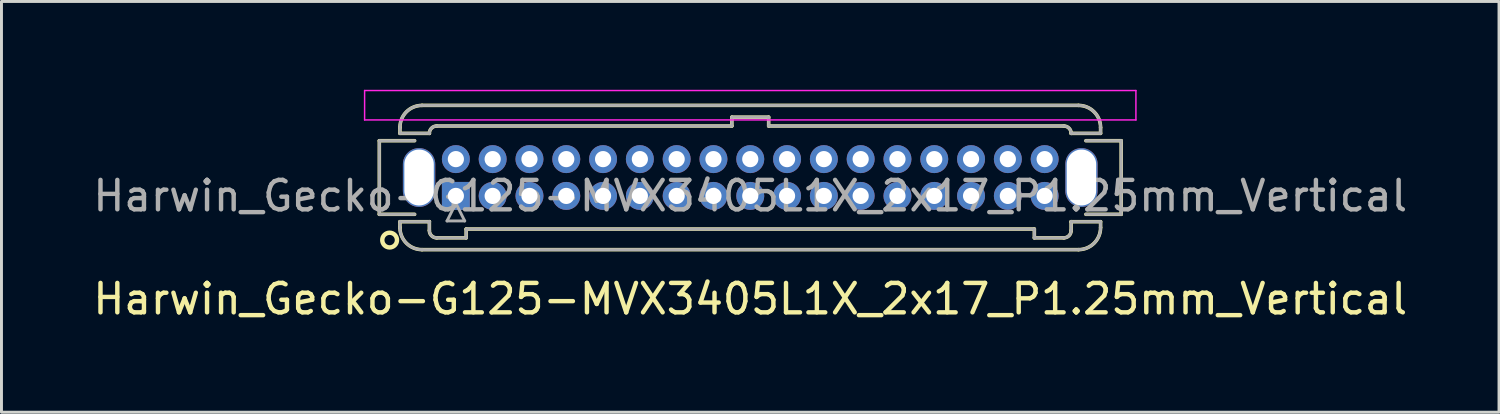
<source format=kicad_pcb>
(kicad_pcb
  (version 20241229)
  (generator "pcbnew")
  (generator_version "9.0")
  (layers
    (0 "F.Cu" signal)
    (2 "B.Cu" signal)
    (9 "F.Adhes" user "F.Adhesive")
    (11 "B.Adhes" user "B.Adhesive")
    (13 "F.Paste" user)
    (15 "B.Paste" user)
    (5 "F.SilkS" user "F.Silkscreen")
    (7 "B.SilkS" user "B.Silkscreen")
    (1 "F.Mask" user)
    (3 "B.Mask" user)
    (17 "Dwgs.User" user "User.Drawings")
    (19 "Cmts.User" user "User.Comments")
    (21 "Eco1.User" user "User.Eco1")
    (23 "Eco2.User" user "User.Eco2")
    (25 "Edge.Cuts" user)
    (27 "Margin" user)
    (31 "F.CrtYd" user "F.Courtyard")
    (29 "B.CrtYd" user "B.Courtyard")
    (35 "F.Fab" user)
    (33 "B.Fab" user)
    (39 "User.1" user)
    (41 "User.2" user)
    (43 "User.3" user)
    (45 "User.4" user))
  (footprint "Harwin_Gecko-G125-MVX3405L1X_2x17_P1.25mm_Vertical"
    (layer "F.Cu")
    (at 12.435 3.605)
    (property "Reference" "Harwin_Gecko-G125-MVX3405L1X_2x17_P1.25mm_Vertical" (at 10 3.5 0) (layer "F.SilkS") (effects (font (size 1 1) (thickness 0.15))))
    (attr through_hole)
    (fp_line (start -2.6 -1.875) (end -2.6 0.625) (stroke (width 0.12) (type solid)) (layer "F.SilkS"))
    (fp_line (start -2.6 0.625) (end -1.4 0.625) (stroke (width 0.12) (type solid)) (layer "F.SilkS"))
    (fp_line (start -1.9 -2.325) (end -1.9 -2.125) (stroke (width 0.12) (type solid)) (layer "F.SilkS"))
    (fp_line (start -1.9 -2.125) (end -0.9 -2.125) (stroke (width 0.12) (type solid)) (layer "F.SilkS"))
    (fp_line (start -1.9 0.875) (end -0.9 0.875) (stroke (width 0.12) (type solid)) (layer "F.SilkS"))
    (fp_line (start -1.9 1.075) (end -1.9 0.875) (stroke (width 0.12) (type solid)) (layer "F.SilkS"))
    (fp_line (start -1.4 -1.875) (end -2.6 -1.875) (stroke (width 0.12) (type solid)) (layer "F.SilkS"))
    (fp_line (start -1.15 -3.075) (end 21.15 -3.075) (stroke (width 0.12) (type solid)) (layer "F.SilkS"))
    (fp_line (start -1.15 1.825) (end 21.15 1.825) (stroke (width 0.12) (type solid)) (layer "F.SilkS"))
    (fp_line (start -0.9 -2.125) (end -0.9 -2.125) (stroke (width 0.12) (type solid)) (layer "F.SilkS"))
    (fp_line (start -0.9 0.875) (end -0.9 0.875) (stroke (width 0.12) (type solid)) (layer "F.SilkS"))
    (fp_line (start -0.9 1.175) (end -0.9 0.875) (stroke (width 0.12) (type solid)) (layer "F.SilkS"))
    (fp_line (start -0.65 -2.375) (end 9.375 -2.375) (stroke (width 0.12) (type solid)) (layer "F.SilkS"))
    (fp_line (start -0.65 1.425) (end 0.35 1.425) (stroke (width 0.12) (type solid)) (layer "F.SilkS"))
    (fp_line (start 0.35 1.125) (end 19.65 1.125) (stroke (width 0.12) (type solid)) (layer "F.SilkS"))
    (fp_line (start 0.35 1.425) (end 0.35 1.125) (stroke (width 0.12) (type solid)) (layer "F.SilkS"))
    (fp_line (start 9.375 -2.675) (end 10.625 -2.675) (stroke (width 0.12) (type solid)) (layer "F.SilkS"))
    (fp_line (start 9.375 -2.375) (end 9.375 -2.675) (stroke (width 0.12) (type solid)) (layer "F.SilkS"))
    (fp_line (start 10.625 -2.675) (end 10.625 -2.375) (stroke (width 0.12) (type solid)) (layer "F.SilkS"))
    (fp_line (start 10.625 -2.375) (end 20.65 -2.375) (stroke (width 0.12) (type solid)) (layer "F.SilkS"))
    (fp_line (start 19.65 1.125) (end 19.65 1.425) (stroke (width 0.12) (type solid)) (layer "F.SilkS"))
    (fp_line (start 19.65 1.425) (end 20.65 1.425) (stroke (width 0.12) (type solid)) (layer "F.SilkS"))
    (fp_line (start 20.9 -2.125) (end 20.9 -2.125) (stroke (width 0.12) (type solid)) (layer "F.SilkS"))
    (fp_line (start 20.9 0.875) (end 20.9 0.875) (stroke (width 0.12) (type solid)) (layer "F.SilkS"))
    (fp_line (start 20.9 1.175) (end 20.9 0.875) (stroke (width 0.12) (type solid)) (layer "F.SilkS"))
    (fp_line (start 21.4 -1.875) (end 22.6 -1.875) (stroke (width 0.12) (type solid)) (layer "F.SilkS"))
    (fp_line (start 21.9 -2.325) (end 21.9 -2.125) (stroke (width 0.12) (type solid)) (layer "F.SilkS"))
    (fp_line (start 21.9 -2.125) (end 20.9 -2.125) (stroke (width 0.12) (type solid)) (layer "F.SilkS"))
    (fp_line (start 21.9 0.875) (end 20.9 0.875) (stroke (width 0.12) (type solid)) (layer "F.SilkS"))
    (fp_line (start 21.9 1.075) (end 21.9 0.875) (stroke (width 0.12) (type solid)) (layer "F.SilkS"))
    (fp_line (start 22.6 -1.875) (end 22.6 0.625) (stroke (width 0.12) (type solid)) (layer "F.SilkS"))
    (fp_line (start 22.6 0.625) (end 21.4 0.625) (stroke (width 0.12) (type solid)) (layer "F.SilkS"))
    (fp_arc (start -1.9 -2.325) (mid -1.68033 -2.85533) (end -1.15 -3.075) (stroke (width 0.12) (type solid)) (layer "F.SilkS"))
    (fp_arc (start -1.15 1.825) (mid -1.68033 1.60533) (end -1.9 1.075) (stroke (width 0.12) (type solid)) (layer "F.SilkS"))
    (fp_arc (start -0.9 -2.125) (mid -0.826777 -2.301777) (end -0.65 -2.375) (stroke (width 0.12) (type solid)) (layer "F.SilkS"))
    (fp_arc (start -0.65 1.425) (mid -0.826777 1.351777) (end -0.9 1.175) (stroke (width 0.12) (type solid)) (layer "F.SilkS"))
    (fp_arc (start 20.65 -2.375) (mid 20.826777 -2.301777) (end 20.9 -2.125) (stroke (width 0.12) (type solid)) (layer "F.SilkS"))
    (fp_arc (start 20.9 1.175) (mid 20.826777 1.351777) (end 20.65 1.425) (stroke (width 0.12) (type solid)) (layer "F.SilkS"))
    (fp_arc (start 21.15 -3.075) (mid 21.68033 -2.85533) (end 21.9 -2.325) (stroke (width 0.12) (type solid)) (layer "F.SilkS"))
    (fp_arc (start 21.9 1.075) (mid 21.68033 1.60533) (end 21.15 1.825) (stroke (width 0.12) (type solid)) (layer "F.SilkS"))
    (fp_circle (center -2.25 1.5) (end -2 1.5) (stroke (width 0.15) (type solid)) (fill no) (layer "F.SilkS"))
    (fp_line (start -3.1 -3.58) (end -3.1 -2.58) (stroke (width 0.05) (type solid)) (layer "F.CrtYd"))
    (fp_line (start -3.1 -2.58) (end 23.1 -2.58) (stroke (width 0.05) (type solid)) (layer "F.CrtYd"))
    (fp_line (start 23.1 -3.58) (end -3.1 -3.58) (stroke (width 0.05) (type solid)) (layer "F.CrtYd"))
    (fp_line (start 23.1 -2.58) (end 23.1 -3.58) (stroke (width 0.05) (type solid)) (layer "F.CrtYd"))
    (fp_line (start -2.6 -1.875) (end -2.6 0.625) (stroke (width 0.1) (type solid)) (layer "F.Fab"))
    (fp_line (start -2.6 0.625) (end -1.4 0.625) (stroke (width 0.1) (type solid)) (layer "F.Fab"))
    (fp_line (start -1.9 -2.325) (end -1.9 -2.125) (stroke (width 0.1) (type solid)) (layer "F.Fab"))
    (fp_line (start -1.9 -2.125) (end -0.9 -2.125) (stroke (width 0.1) (type solid)) (layer "F.Fab"))
    (fp_line (start -1.9 0.875) (end -0.9 0.875) (stroke (width 0.1) (type solid)) (layer "F.Fab"))
    (fp_line (start -1.9 1.075) (end -1.9 0.875) (stroke (width 0.1) (type solid)) (layer "F.Fab"))
    (fp_line (start -1.4 -1.875) (end -2.6 -1.875) (stroke (width 0.1) (type solid)) (layer "F.Fab"))
    (fp_line (start -1.15 -3.075) (end 21.15 -3.075) (stroke (width 0.1) (type solid)) (layer "F.Fab"))
    (fp_line (start -1.15 1.825) (end 21.15 1.825) (stroke (width 0.1) (type solid)) (layer "F.Fab"))
    (fp_line (start -0.9 -2.125) (end -0.9 -2.125) (stroke (width 0.1) (type solid)) (layer "F.Fab"))
    (fp_line (start -0.9 0.875) (end -0.9 0.875) (stroke (width 0.1) (type solid)) (layer "F.Fab"))
    (fp_line (start -0.9 1.175) (end -0.9 0.875) (stroke (width 0.1) (type solid)) (layer "F.Fab"))
    (fp_line (start -0.65 -2.375) (end 9.375 -2.375) (stroke (width 0.1) (type solid)) (layer "F.Fab"))
    (fp_line (start -0.65 1.425) (end 0.35 1.425) (stroke (width 0.1) (type solid)) (layer "F.Fab"))
    (fp_line (start -0.3 0.85) (end 0.3 0.85) (stroke (width 0.1) (type solid)) (layer "F.Fab"))
    (fp_line (start 0 0.25) (end -0.3 0.85) (stroke (width 0.1) (type solid)) (layer "F.Fab"))
    (fp_line (start 0.3 0.85) (end 0 0.25) (stroke (width 0.1) (type solid)) (layer "F.Fab"))
    (fp_line (start 0.35 1.125) (end 19.65 1.125) (stroke (width 0.1) (type solid)) (layer "F.Fab"))
    (fp_line (start 0.35 1.425) (end 0.35 1.125) (stroke (width 0.1) (type solid)) (layer "F.Fab"))
    (fp_line (start 9.375 -2.675) (end 10.625 -2.675) (stroke (width 0.1) (type solid)) (layer "F.Fab"))
    (fp_line (start 9.375 -2.375) (end 9.375 -2.675) (stroke (width 0.1) (type solid)) (layer "F.Fab"))
    (fp_line (start 10.625 -2.675) (end 10.625 -2.375) (stroke (width 0.1) (type solid)) (layer "F.Fab"))
    (fp_line (start 10.625 -2.375) (end 20.65 -2.375) (stroke (width 0.1) (type solid)) (layer "F.Fab"))
    (fp_line (start 19.65 1.125) (end 19.65 1.425) (stroke (width 0.1) (type solid)) (layer "F.Fab"))
    (fp_line (start 19.65 1.425) (end 20.65 1.425) (stroke (width 0.1) (type solid)) (layer "F.Fab"))
    (fp_line (start 20.9 -2.125) (end 20.9 -2.125) (stroke (width 0.1) (type solid)) (layer "F.Fab"))
    (fp_line (start 20.9 0.875) (end 20.9 0.875) (stroke (width 0.1) (type solid)) (layer "F.Fab"))
    (fp_line (start 20.9 1.175) (end 20.9 0.875) (stroke (width 0.1) (type solid)) (layer "F.Fab"))
    (fp_line (start 21.4 -1.875) (end 22.6 -1.875) (stroke (width 0.1) (type solid)) (layer "F.Fab"))
    (fp_line (start 21.9 -2.325) (end 21.9 -2.125) (stroke (width 0.1) (type solid)) (layer "F.Fab"))
    (fp_line (start 21.9 -2.125) (end 20.9 -2.125) (stroke (width 0.1) (type solid)) (layer "F.Fab"))
    (fp_line (start 21.9 0.875) (end 20.9 0.875) (stroke (width 0.1) (type solid)) (layer "F.Fab"))
    (fp_line (start 21.9 1.075) (end 21.9 0.875) (stroke (width 0.1) (type solid)) (layer "F.Fab"))
    (fp_line (start 22.6 -1.875) (end 22.6 0.625) (stroke (width 0.1) (type solid)) (layer "F.Fab"))
    (fp_line (start 22.6 0.625) (end 21.4 0.625) (stroke (width 0.1) (type solid)) (layer "F.Fab"))
    (fp_arc (start -1.9 -2.325) (mid -1.68033 -2.85533) (end -1.15 -3.075) (stroke (width 0.1) (type solid)) (layer "F.Fab"))
    (fp_arc (start -1.15 1.825) (mid -1.68033 1.60533) (end -1.9 1.075) (stroke (width 0.1) (type solid)) (layer "F.Fab"))
    (fp_arc (start -0.9 -2.125) (mid -0.826777 -2.301777) (end -0.65 -2.375) (stroke (width 0.1) (type solid)) (layer "F.Fab"))
    (fp_arc (start -0.65 1.425) (mid -0.826777 1.351777) (end -0.9 1.175) (stroke (width 0.1) (type solid)) (layer "F.Fab"))
    (fp_arc (start 20.65 -2.375) (mid 20.826777 -2.301777) (end 20.9 -2.125) (stroke (width 0.1) (type solid)) (layer "F.Fab"))
    (fp_arc (start 20.9 1.175) (mid 20.826777 1.351777) (end 20.65 1.425) (stroke (width 0.1) (type solid)) (layer "F.Fab"))
    (fp_arc (start 21.15 -3.075) (mid 21.68033 -2.85533) (end 21.9 -2.325) (stroke (width 0.1) (type solid)) (layer "F.Fab"))
    (fp_arc (start 21.9 1.075) (mid 21.68033 1.60533) (end 21.15 1.825) (stroke (width 0.1) (type solid)) (layer "F.Fab"))
    (fp_text user "${REFERENCE}" (at 10 0 0) (layer "F.Fab") (effects (font (size 1 1) (thickness 0.15))))
    (pad "" np_thru_hole oval (at -1.25 -0.625) (size 1.1 2) (drill oval 1 1.9) (layers "*.Cu" "*.Mask"))
    (pad "" np_thru_hole oval (at 21.25 -0.625) (size 1.1 2) (drill oval 1 1.9) (layers "*.Cu" "*.Mask"))
    (pad "1" thru_hole rect (at 0 0) (size 0.95 0.95) (drill 0.55) (layers "*.Cu" "*.Mask"))
    (pad "2" thru_hole circle (at 0 -1.25) (size 0.95 0.95) (drill 0.55) (layers "*.Cu" "*.Mask"))
    (pad "3" thru_hole circle (at 1.25 0) (size 0.95 0.95) (drill 0.55) (layers "*.Cu" "*.Mask"))
    (pad "4" thru_hole circle (at 1.25 -1.25) (size 0.95 0.95) (drill 0.55) (layers "*.Cu" "*.Mask"))
    (pad "5" thru_hole circle (at 2.5 0) (size 0.95 0.95) (drill 0.55) (layers "*.Cu" "*.Mask"))
    (pad "6" thru_hole circle (at 2.5 -1.25) (size 0.95 0.95) (drill 0.55) (layers "*.Cu" "*.Mask"))
    (pad "7" thru_hole circle (at 3.75 0) (size 0.95 0.95) (drill 0.55) (layers "*.Cu" "*.Mask"))
    (pad "8" thru_hole circle (at 3.75 -1.25) (size 0.95 0.95) (drill 0.55) (layers "*.Cu" "*.Mask"))
    (pad "9" thru_hole circle (at 5 0) (size 0.95 0.95) (drill 0.55) (layers "*.Cu" "*.Mask"))
    (pad "10" thru_hole circle (at 5 -1.25) (size 0.95 0.95) (drill 0.55) (layers "*.Cu" "*.Mask"))
    (pad "11" thru_hole circle (at 6.25 0) (size 0.95 0.95) (drill 0.55) (layers "*.Cu" "*.Mask"))
    (pad "12" thru_hole circle (at 6.25 -1.25) (size 0.95 0.95) (drill 0.55) (layers "*.Cu" "*.Mask"))
    (pad "13" thru_hole circle (at 7.5 0) (size 0.95 0.95) (drill 0.55) (layers "*.Cu" "*.Mask"))
    (pad "14" thru_hole circle (at 7.5 -1.25) (size 0.95 0.95) (drill 0.55) (layers "*.Cu" "*.Mask"))
    (pad "15" thru_hole circle (at 8.75 0) (size 0.95 0.95) (drill 0.55) (layers "*.Cu" "*.Mask"))
    (pad "16" thru_hole circle (at 8.75 -1.25) (size 0.95 0.95) (drill 0.55) (layers "*.Cu" "*.Mask"))
    (pad "17" thru_hole circle (at 10 0) (size 0.95 0.95) (drill 0.55) (layers "*.Cu" "*.Mask"))
    (pad "18" thru_hole circle (at 10 -1.25) (size 0.95 0.95) (drill 0.55) (layers "*.Cu" "*.Mask"))
    (pad "19" thru_hole circle (at 11.25 0) (size 0.95 0.95) (drill 0.55) (layers "*.Cu" "*.Mask"))
    (pad "20" thru_hole circle (at 11.25 -1.25) (size 0.95 0.95) (drill 0.55) (layers "*.Cu" "*.Mask"))
    (pad "21" thru_hole circle (at 12.5 0) (size 0.95 0.95) (drill 0.55) (layers "*.Cu" "*.Mask"))
    (pad "22" thru_hole circle (at 12.5 -1.25) (size 0.95 0.95) (drill 0.55) (layers "*.Cu" "*.Mask"))
    (pad "23" thru_hole circle (at 13.75 0) (size 0.95 0.95) (drill 0.55) (layers "*.Cu" "*.Mask"))
    (pad "24" thru_hole circle (at 13.75 -1.25) (size 0.95 0.95) (drill 0.55) (layers "*.Cu" "*.Mask"))
    (pad "25" thru_hole circle (at 15 0) (size 0.95 0.95) (drill 0.55) (layers "*.Cu" "*.Mask"))
    (pad "26" thru_hole circle (at 15 -1.25) (size 0.95 0.95) (drill 0.55) (layers "*.Cu" "*.Mask"))
    (pad "27" thru_hole circle (at 16.25 0) (size 0.95 0.95) (drill 0.55) (layers "*.Cu" "*.Mask"))
    (pad "28" thru_hole circle (at 16.25 -1.25) (size 0.95 0.95) (drill 0.55) (layers "*.Cu" "*.Mask"))
    (pad "29" thru_hole circle (at 17.5 0) (size 0.95 0.95) (drill 0.55) (layers "*.Cu" "*.Mask"))
    (pad "30" thru_hole circle (at 17.5 -1.25) (size 0.95 0.95) (drill 0.55) (layers "*.Cu" "*.Mask"))
    (pad "31" thru_hole circle (at 18.75 0) (size 0.95 0.95) (drill 0.55) (layers "*.Cu" "*.Mask"))
    (pad "32" thru_hole circle (at 18.75 -1.25) (size 0.95 0.95) (drill 0.55) (layers "*.Cu" "*.Mask"))
    (pad "33" thru_hole circle (at 20 0) (size 0.95 0.95) (drill 0.55) (layers "*.Cu" "*.Mask"))
    (pad "34" thru_hole circle (at 20 -1.25) (size 0.95 0.95) (drill 0.55) (layers "*.Cu" "*.Mask")))
  (gr_rect
    (start -3 -3)
    (end 47.869 10.953)
    (stroke (width 0.1) (type default))
    (fill no)
    (layer "Edge.Cuts")))
</source>
